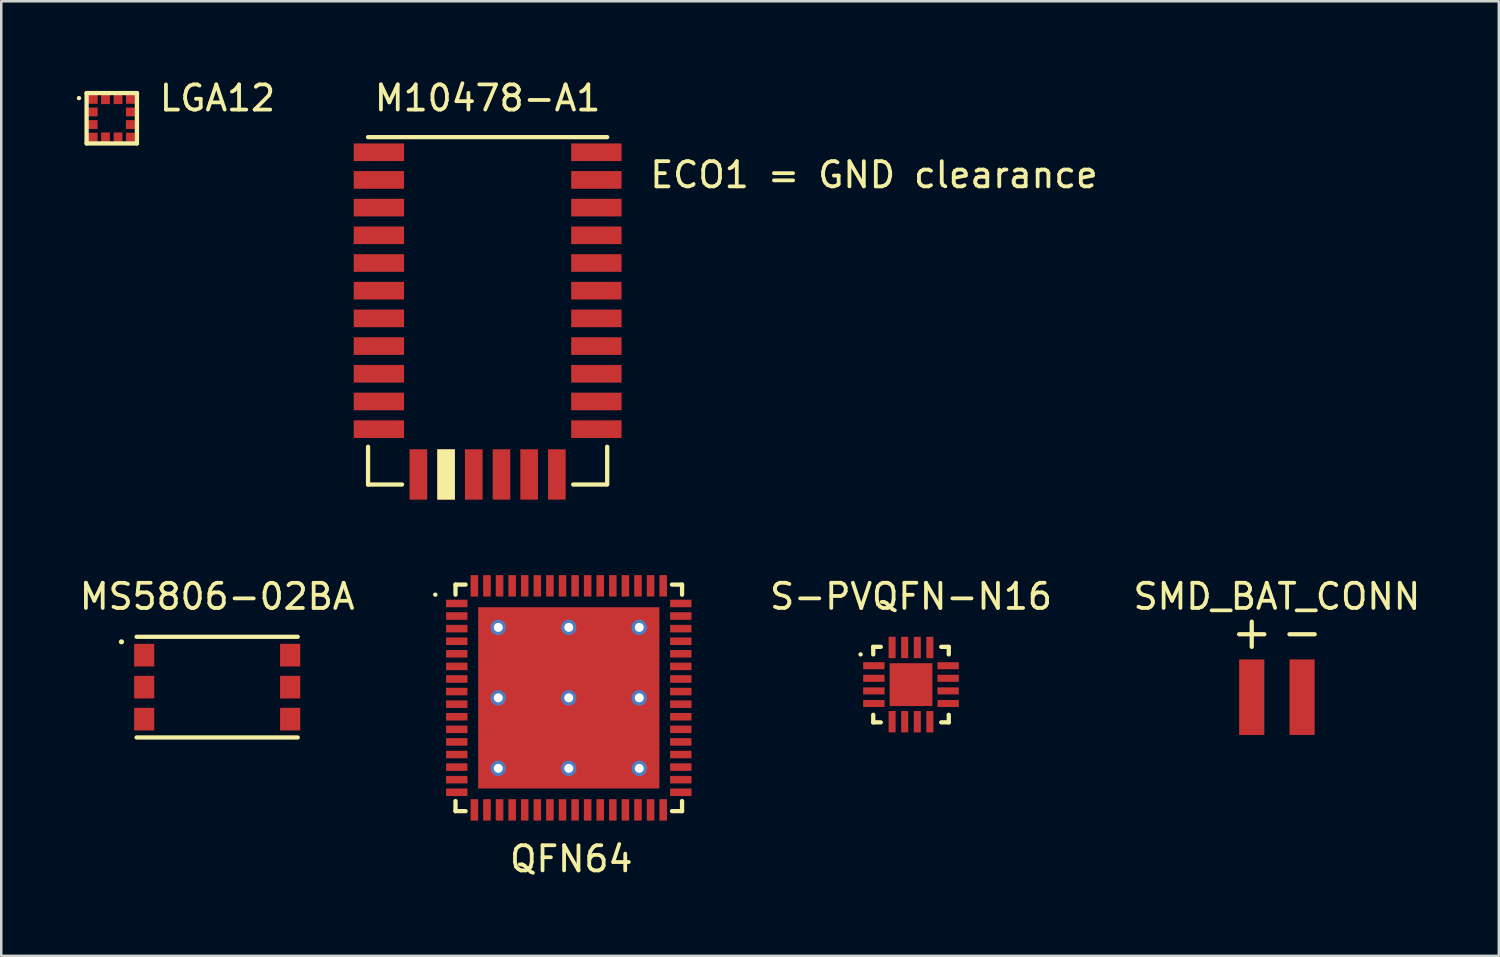
<source format=kicad_pcb>
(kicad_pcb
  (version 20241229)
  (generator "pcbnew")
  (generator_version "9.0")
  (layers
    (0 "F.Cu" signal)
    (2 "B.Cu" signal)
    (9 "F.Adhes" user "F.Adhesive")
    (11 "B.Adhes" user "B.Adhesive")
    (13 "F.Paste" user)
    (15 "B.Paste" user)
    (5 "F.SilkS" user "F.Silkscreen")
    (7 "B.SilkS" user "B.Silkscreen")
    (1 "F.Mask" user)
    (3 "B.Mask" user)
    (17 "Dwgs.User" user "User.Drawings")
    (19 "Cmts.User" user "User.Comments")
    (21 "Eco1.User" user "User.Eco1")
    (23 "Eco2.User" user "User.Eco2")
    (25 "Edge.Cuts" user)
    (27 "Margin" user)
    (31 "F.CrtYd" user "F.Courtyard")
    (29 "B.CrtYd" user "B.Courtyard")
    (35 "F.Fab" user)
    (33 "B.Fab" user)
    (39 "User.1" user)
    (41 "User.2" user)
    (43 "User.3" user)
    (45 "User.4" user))
  (footprint "QFN64"
    (layer "F.Cu")
    (at 19.545 24.673)
    (property "Reference" "QFN64" (at 0.1 6.4 0) (layer "F.SilkS") (effects (font (size 1 1) (thickness 0.15))))
    (attr through_hole)
    (fp_line (start -5.305 -4.1) (end -5.3 -4.1) (stroke (width 0.17) (type solid)) (layer "F.SilkS"))
    (fp_line (start -4.5 -4.5) (end -4.1 -4.5) (stroke (width 0.17) (type solid)) (layer "F.SilkS"))
    (fp_line (start -4.5 -4.1) (end -4.5 -4.5) (stroke (width 0.17) (type solid)) (layer "F.SilkS"))
    (fp_line (start -4.5 4.5) (end -4.5 4.1) (stroke (width 0.17) (type solid)) (layer "F.SilkS"))
    (fp_line (start -4.1 4.5) (end -4.5 4.5) (stroke (width 0.17) (type solid)) (layer "F.SilkS"))
    (fp_line (start 4.1 -4.5) (end 4.5 -4.5) (stroke (width 0.17) (type solid)) (layer "F.SilkS"))
    (fp_line (start 4.5 -4.5) (end 4.5 -4.1) (stroke (width 0.17) (type solid)) (layer "F.SilkS"))
    (fp_line (start 4.5 4.1) (end 4.5 4.5) (stroke (width 0.17) (type solid)) (layer "F.SilkS"))
    (fp_line (start 4.5 4.5) (end 4.1 4.5) (stroke (width 0.17) (type solid)) (layer "F.SilkS"))
    (pad "0" thru_hole circle (at -2.8 -2.8) (size 0.61 0.61) (drill 0.356) (layers "*.Cu"))
    (pad "0" thru_hole circle (at -2.8 0) (size 0.61 0.61) (drill 0.356) (layers "*.Cu"))
    (pad "0" thru_hole circle (at -2.8 2.8) (size 0.61 0.61) (drill 0.356) (layers "*.Cu"))
    (pad "0" thru_hole circle (at 0 -2.8) (size 0.61 0.61) (drill 0.356) (layers "*.Cu"))
    (pad "0" thru_hole circle (at 0 0) (size 0.61 0.61) (drill 0.356) (layers "*.Cu"))
    (pad "0" smd rect (at 0 0) (size 7.2 7.2) (layers "F.Cu" "F.Mask" "F.Paste"))
    (pad "0" thru_hole circle (at 0 2.8) (size 0.61 0.61) (drill 0.356) (layers "*.Cu"))
    (pad "0" thru_hole circle (at 2.8 -2.8) (size 0.61 0.61) (drill 0.356) (layers "*.Cu"))
    (pad "0" thru_hole circle (at 2.8 0) (size 0.61 0.61) (drill 0.356) (layers "*.Cu"))
    (pad "0" thru_hole circle (at 2.8 2.8) (size 0.61 0.61) (drill 0.356) (layers "*.Cu"))
    (pad "1" smd rect (at -4.45 -3.75) (size 0.85 0.3) (layers "F.Cu" "F.Mask" "F.Paste"))
    (pad "2" smd rect (at -4.45 -3.25) (size 0.85 0.3) (layers "F.Cu" "F.Mask" "F.Paste"))
    (pad "3" smd rect (at -4.45 -2.75) (size 0.85 0.3) (layers "F.Cu" "F.Mask" "F.Paste"))
    (pad "4" smd rect (at -4.45 -2.25) (size 0.85 0.3) (layers "F.Cu" "F.Mask" "F.Paste"))
    (pad "5" smd rect (at -4.45 -1.75) (size 0.85 0.3) (layers "F.Cu" "F.Mask" "F.Paste"))
    (pad "6" smd rect (at -4.45 -1.25) (size 0.85 0.3) (layers "F.Cu" "F.Mask" "F.Paste"))
    (pad "7" smd rect (at -4.45 -0.75) (size 0.85 0.3) (layers "F.Cu" "F.Mask" "F.Paste"))
    (pad "8" smd rect (at -4.45 -0.25) (size 0.85 0.3) (layers "F.Cu" "F.Mask" "F.Paste"))
    (pad "9" smd rect (at -4.45 0.25) (size 0.85 0.3) (layers "F.Cu" "F.Mask" "F.Paste"))
    (pad "10" smd rect (at -4.45 0.75) (size 0.85 0.3) (layers "F.Cu" "F.Mask" "F.Paste"))
    (pad "11" smd rect (at -4.45 1.25) (size 0.85 0.3) (layers "F.Cu" "F.Mask" "F.Paste"))
    (pad "12" smd rect (at -4.45 1.75) (size 0.85 0.3) (layers "F.Cu" "F.Mask" "F.Paste"))
    (pad "13" smd rect (at -4.45 2.25) (size 0.85 0.3) (layers "F.Cu" "F.Mask" "F.Paste"))
    (pad "14" smd rect (at -4.45 2.75) (size 0.85 0.3) (layers "F.Cu" "F.Mask" "F.Paste"))
    (pad "15" smd rect (at -4.45 3.25) (size 0.85 0.3) (layers "F.Cu" "F.Mask" "F.Paste"))
    (pad "16" smd rect (at -4.45 3.75) (size 0.85 0.3) (layers "F.Cu" "F.Mask" "F.Paste"))
    (pad "17" smd rect (at -3.75 4.45) (size 0.3 0.85) (layers "F.Cu" "F.Mask" "F.Paste"))
    (pad "18" smd rect (at -3.25 4.45) (size 0.3 0.85) (layers "F.Cu" "F.Mask" "F.Paste"))
    (pad "19" smd rect (at -2.75 4.45) (size 0.3 0.85) (layers "F.Cu" "F.Mask" "F.Paste" "Eco1.User"))
    (pad "20" smd rect (at -2.25 4.45) (size 0.3 0.85) (layers "F.Cu" "F.Mask" "F.Paste"))
    (pad "21" smd rect (at -1.75 4.45) (size 0.3 0.85) (layers "F.Cu" "F.Mask" "F.Paste"))
    (pad "22" smd rect (at -1.25 4.45) (size 0.3 0.85) (layers "F.Cu" "F.Mask" "F.Paste"))
    (pad "23" smd rect (at -0.75 4.45) (size 0.3 0.85) (layers "F.Cu" "F.Mask" "F.Paste"))
    (pad "24" smd rect (at -0.25 4.45) (size 0.3 0.85) (layers "F.Cu" "F.Mask" "F.Paste"))
    (pad "25" smd rect (at 0.25 4.45) (size 0.3 0.85) (layers "F.Cu" "F.Mask" "F.Paste"))
    (pad "26" smd rect (at 0.75 4.45) (size 0.3 0.85) (layers "F.Cu" "F.Mask" "F.Paste"))
    (pad "27" smd rect (at 1.25 4.45) (size 0.3 0.85) (layers "F.Cu" "F.Mask" "F.Paste"))
    (pad "28" smd rect (at 1.75 4.45) (size 0.3 0.85) (layers "F.Cu" "F.Mask" "F.Paste"))
    (pad "29" smd rect (at 2.25 4.45) (size 0.3 0.85) (layers "F.Cu" "F.Mask" "F.Paste"))
    (pad "30" smd rect (at 2.75 4.45) (size 0.3 0.85) (layers "F.Cu" "F.Mask" "F.Paste"))
    (pad "31" smd rect (at 3.25 4.45) (size 0.3 0.85) (layers "F.Cu" "F.Mask" "F.Paste"))
    (pad "32" smd rect (at 3.75 4.45) (size 0.3 0.85) (layers "F.Cu" "F.Mask" "F.Paste"))
    (pad "33" smd rect (at 4.45 3.75) (size 0.85 0.3) (layers "F.Cu" "F.Mask" "F.Paste"))
    (pad "34" smd rect (at 4.45 3.25) (size 0.85 0.3) (layers "F.Cu" "F.Mask" "F.Paste"))
    (pad "35" smd rect (at 4.45 2.75) (size 0.85 0.3) (layers "F.Cu" "F.Mask" "F.Paste"))
    (pad "36" smd rect (at 4.45 2.25) (size 0.85 0.3) (layers "F.Cu" "F.Mask" "F.Paste"))
    (pad "37" smd rect (at 4.45 1.75) (size 0.85 0.3) (layers "F.Cu" "F.Mask" "F.Paste"))
    (pad "38" smd rect (at 4.45 1.25) (size 0.85 0.3) (layers "F.Cu" "F.Mask" "F.Paste"))
    (pad "39" smd rect (at 4.45 0.75) (size 0.85 0.3) (layers "F.Cu" "F.Mask" "F.Paste"))
    (pad "40" smd rect (at 4.45 0.25) (size 0.85 0.3) (layers "F.Cu" "F.Mask" "F.Paste"))
    (pad "41" smd rect (at 4.45 -0.25) (size 0.85 0.3) (layers "F.Cu" "F.Mask" "F.Paste"))
    (pad "42" smd rect (at 4.45 -0.75) (size 0.85 0.3) (layers "F.Cu" "F.Mask" "F.Paste"))
    (pad "43" smd rect (at 4.45 -1.25) (size 0.85 0.3) (layers "F.Cu" "F.Mask" "F.Paste"))
    (pad "44" smd rect (at 4.45 -1.75) (size 0.85 0.3) (layers "F.Cu" "F.Mask" "F.Paste"))
    (pad "45" smd rect (at 4.45 -2.25) (size 0.85 0.3) (layers "F.Cu" "F.Mask" "F.Paste"))
    (pad "46" smd rect (at 4.45 -2.75) (size 0.85 0.3) (layers "F.Cu" "F.Mask" "F.Paste"))
    (pad "47" smd rect (at 4.45 -3.25) (size 0.85 0.3) (layers "F.Cu" "F.Mask" "F.Paste"))
    (pad "48" smd rect (at 4.45 -3.75) (size 0.85 0.3) (layers "F.Cu" "F.Mask" "F.Paste"))
    (pad "49" smd rect (at 3.75 -4.45) (size 0.3 0.85) (layers "F.Cu" "F.Mask" "F.Paste"))
    (pad "50" smd rect (at 3.25 -4.45) (size 0.3 0.85) (layers "F.Cu" "F.Mask" "F.Paste"))
    (pad "51" smd rect (at 2.75 -4.45) (size 0.3 0.85) (layers "F.Cu" "F.Mask" "F.Paste"))
    (pad "52" smd rect (at 2.25 -4.45) (size 0.3 0.85) (layers "F.Cu" "F.Mask" "F.Paste"))
    (pad "53" smd rect (at 1.75 -4.45) (size 0.3 0.85) (layers "F.Cu" "F.Mask" "F.Paste"))
    (pad "54" smd rect (at 1.25 -4.45) (size 0.3 0.85) (layers "F.Cu" "F.Mask" "F.Paste"))
    (pad "55" smd rect (at 0.75 -4.45) (size 0.3 0.85) (layers "F.Cu" "F.Mask" "F.Paste"))
    (pad "56" smd rect (at 0.25 -4.45) (size 0.3 0.85) (layers "F.Cu" "F.Mask" "F.Paste"))
    (pad "57" smd rect (at -0.25 -4.45) (size 0.3 0.85) (layers "F.Cu" "F.Mask" "F.Paste"))
    (pad "58" smd rect (at -0.75 -4.45) (size 0.3 0.85) (layers "F.Cu" "F.Mask" "F.Paste"))
    (pad "59" smd rect (at -1.25 -4.45) (size 0.3 0.85) (layers "F.Cu" "F.Mask" "F.Paste"))
    (pad "60" smd rect (at -1.75 -4.45) (size 0.3 0.85) (layers "F.Cu" "F.Mask" "F.Paste"))
    (pad "61" smd rect (at -2.25 -4.45) (size 0.3 0.85) (layers "F.Cu" "F.Mask" "F.Paste"))
    (pad "62" smd rect (at -2.75 -4.45) (size 0.3 0.85) (layers "F.Cu" "F.Mask" "F.Paste"))
    (pad "63" smd rect (at -3.25 -4.45) (size 0.3 0.85) (layers "F.Cu" "F.Mask" "F.Paste"))
    (pad "64" smd rect (at -3.75 -4.45) (size 0.3 0.85) (layers "F.Cu" "F.Mask" "F.Paste")))
  (footprint "MS5806-02BA"
    (layer "F.Cu")
    (at 5.577 24.247)
    (property "Reference" "MS5806-02BA" (at 0 -3.6 0) (layer "F.SilkS") (effects (font (size 1 1) (thickness 0.15))))
    (attr through_hole)
    (fp_line (start -3.805 -1.8) (end -3.8 -1.8) (stroke (width 0.2) (type solid)) (layer "F.SilkS"))
    (fp_line (start -3.2 -2) (end 3.2 -2) (stroke (width 0.17) (type solid)) (layer "F.SilkS"))
    (fp_line (start -3.2 2) (end 3.2 2) (stroke (width 0.17) (type solid)) (layer "F.SilkS"))
    (fp_line (start -1.6 -1.6) (end -1.6 1.6) (stroke (width 0.15) (type solid)) (layer "Eco1.User"))
    (fp_line (start -1.6 -1.6) (end 1.6 -1.6) (stroke (width 0.15) (type solid)) (layer "Eco1.User"))
    (fp_line (start -1.6 1.6) (end 1.6 1.6) (stroke (width 0.15) (type solid)) (layer "Eco1.User"))
    (fp_line (start 1.6 1.6) (end 1.6 -1.6) (stroke (width 0.15) (type solid)) (layer "Eco1.User"))
    (pad "1" smd rect (at -2.9 -1.27) (size 0.8 0.9) (layers "F.Cu" "F.Mask" "F.Paste"))
    (pad "2" smd rect (at -2.9 0) (size 0.8 0.9) (layers "F.Cu" "F.Mask" "F.Paste"))
    (pad "3" smd rect (at -2.9 1.27) (size 0.8 0.9) (layers "F.Cu" "F.Mask" "F.Paste"))
    (pad "4" smd rect (at 2.9 1.27) (size 0.8 0.9) (layers "F.Cu" "F.Mask" "F.Paste"))
    (pad "5" smd rect (at 2.9 0) (size 0.8 0.9) (layers "F.Cu" "F.Mask" "F.Paste"))
    (pad "6" smd rect (at 2.9 -1.27) (size 0.8 0.9) (layers "F.Cu" "F.Mask" "F.Paste")))
  (footprint "M10478-A1"
    (layer "F.Cu")
    (at 16.321 2.998)
    (property "Reference" "M10478-A1" (at 0 -2.15 0) (layer "F.SilkS") (effects (font (size 1 1) (thickness 0.15))))
    (attr through_hole)
    (fp_line (start -4.75 -0.6) (end 4.75 -0.6) (stroke (width 0.17) (type solid)) (layer "F.SilkS"))
    (fp_line (start -4.75 11.7) (end -4.75 13.2) (stroke (width 0.17) (type solid)) (layer "F.SilkS"))
    (fp_line (start -4.75 13.2) (end -3.4 13.2) (stroke (width 0.17) (type solid)) (layer "F.SilkS"))
    (fp_line (start 4.7 13.2) (end 3.4 13.2) (stroke (width 0.17) (type solid)) (layer "F.SilkS"))
    (fp_line (start 4.75 11.7) (end 4.75 13.2) (stroke (width 0.17) (type solid)) (layer "F.SilkS"))
    (fp_line (start -3 -0.6) (end -3 4.25) (stroke (width 0.17) (type solid)) (layer "Eco1.User"))
    (fp_line (start -3 4.25) (end 3 4.25) (stroke (width 0.17) (type solid)) (layer "Eco1.User"))
    (fp_line (start 3 -0.6) (end -3 -0.6) (stroke (width 0.17) (type solid)) (layer "Eco1.User"))
    (fp_line (start 3 4.25) (end 3 -0.6) (stroke (width 0.17) (type solid)) (layer "Eco1.User"))
    (fp_text user "ECO1 = GND clearance" (at 15.35 0.9 0) (layer "F.SilkS") (effects (font (size 1 1) (thickness 0.15))))
    (pad "1" smd rect (at -4.32 0) (size 2 0.7) (layers "F.Cu" "F.Mask" "F.Paste"))
    (pad "2" smd rect (at -4.32 1.1) (size 2 0.7) (layers "F.Cu" "F.Mask" "F.Paste"))
    (pad "3" smd rect (at -4.32 2.2) (size 2 0.7) (layers "F.Cu" "F.Mask" "F.Paste"))
    (pad "4" smd rect (at -4.32 3.3) (size 2 0.7) (layers "F.Cu" "F.Mask" "F.Paste"))
    (pad "5" smd rect (at -4.32 4.4) (size 2 0.7) (layers "F.Cu" "F.Mask" "F.Paste"))
    (pad "6" smd rect (at -4.32 5.5) (size 2 0.7) (layers "F.Cu" "F.Mask" "F.Paste"))
    (pad "7" smd rect (at -4.32 6.6) (size 2 0.7) (layers "F.Cu" "F.Mask" "F.Paste"))
    (pad "8" smd rect (at -4.32 7.7) (size 2 0.7) (layers "F.Cu" "F.Mask" "F.Paste"))
    (pad "9" smd rect (at -4.32 8.8) (size 2 0.7) (layers "F.Cu" "F.Mask" "F.Paste"))
    (pad "10" smd rect (at -4.32 9.9) (size 2 0.7) (layers "F.Cu" "F.Mask" "F.Paste"))
    (pad "11" smd rect (at -4.32 11) (size 2 0.7) (layers "F.Cu" "F.Mask" "F.Paste"))
    (pad "12" smd rect (at -2.75 12.8) (size 0.7 2) (layers "F.Cu" "F.Mask" "F.Paste"))
    (pad "13" smd rect (at -1.65 12.8) (size 0.7 2) (layers "F.Cu" "F.Mask" "F.SilkS" "F.Paste"))
    (pad "14" smd rect (at -0.55 12.8) (size 0.7 2) (layers "F.Cu" "F.Mask" "F.Paste"))
    (pad "15" smd rect (at 0.55 12.8) (size 0.7 2) (layers "F.Cu" "F.Mask" "F.Paste"))
    (pad "16" smd rect (at 1.65 12.8) (size 0.7 2) (layers "F.Cu" "F.Mask" "F.Paste"))
    (pad "17" smd rect (at 2.75 12.8) (size 0.7 2) (layers "F.Cu" "F.Mask" "F.Paste"))
    (pad "18" smd rect (at 4.32 11) (size 2 0.7) (layers "F.Cu" "F.Mask" "F.Paste"))
    (pad "19" smd rect (at 4.32 9.9) (size 2 0.7) (layers "F.Cu" "F.Mask" "F.Paste"))
    (pad "20" smd rect (at 4.32 8.8) (size 2 0.7) (layers "F.Cu" "F.Mask" "F.Paste"))
    (pad "21" smd rect (at 4.32 7.7) (size 2 0.7) (layers "F.Cu" "F.Mask" "F.Paste"))
    (pad "22" smd rect (at 4.32 6.6) (size 2 0.7) (layers "F.Cu" "F.Mask" "F.Paste"))
    (pad "23" smd rect (at 4.32 5.5) (size 2 0.7) (layers "F.Cu" "F.Mask" "F.Paste"))
    (pad "24" smd rect (at 4.32 4.4) (size 2 0.7) (layers "F.Cu" "F.Mask" "F.Paste"))
    (pad "25" smd rect (at 4.32 3.3) (size 2 0.7) (layers "F.Cu" "F.Mask" "F.Paste"))
    (pad "26" smd rect (at 4.32 2.2) (size 2 0.7) (layers "F.Cu" "F.Mask" "F.Paste"))
    (pad "27" smd rect (at 4.32 1.1) (size 2 0.7) (layers "F.Cu" "F.Mask" "F.Paste"))
    (pad "28" smd rect (at 4.32 0) (size 2 0.7) (layers "F.Cu" "F.Mask" "F.Paste")))
  (footprint "S-PVQFN-N16"
    (layer "F.Cu")
    (at 33.14 24.146)
    (property "Reference" "S-PVQFN-N16" (at 0 -3.5 0) (layer "F.SilkS") (effects (font (size 1 1) (thickness 0.15))))
    (attr through_hole)
    (fp_line (start -2.005 -1.2) (end -2 -1.2) (stroke (width 0.17) (type solid)) (layer "F.SilkS"))
    (fp_line (start -1.5 -1.5) (end -1.5 -1.2) (stroke (width 0.17) (type solid)) (layer "F.SilkS"))
    (fp_line (start -1.5 1.5) (end -1.5 1.2) (stroke (width 0.17) (type solid)) (layer "F.SilkS"))
    (fp_line (start -1.2 -1.5) (end -1.5 -1.5) (stroke (width 0.17) (type solid)) (layer "F.SilkS"))
    (fp_line (start -1.2 1.5) (end -1.5 1.5) (stroke (width 0.17) (type solid)) (layer "F.SilkS"))
    (fp_line (start 1.2 -1.5) (end 1.5 -1.5) (stroke (width 0.17) (type solid)) (layer "F.SilkS"))
    (fp_line (start 1.5 -1.5) (end 1.5 -1.2) (stroke (width 0.17) (type solid)) (layer "F.SilkS"))
    (fp_line (start 1.5 1.2) (end 1.5 1.5) (stroke (width 0.17) (type solid)) (layer "F.SilkS"))
    (fp_line (start 1.5 1.5) (end 1.2 1.5) (stroke (width 0.17) (type solid)) (layer "F.SilkS"))
    (pad "1" smd rect (at -1.475 -0.75) (size 0.85 0.28) (layers "F.Cu" "F.Mask" "F.Paste"))
    (pad "2" smd rect (at -1.475 -0.25) (size 0.85 0.28) (layers "F.Cu" "F.Mask" "F.Paste"))
    (pad "3" smd rect (at -1.475 0.25) (size 0.85 0.28) (layers "F.Cu" "F.Mask" "F.Paste"))
    (pad "4" smd rect (at -1.475 0.75) (size 0.85 0.28) (layers "F.Cu" "F.Mask" "F.Paste"))
    (pad "5" smd rect (at -0.75 1.475) (size 0.28 0.85) (layers "F.Cu" "F.Mask" "F.Paste"))
    (pad "6" smd rect (at -0.25 1.475) (size 0.28 0.85) (layers "F.Cu" "F.Mask" "F.Paste"))
    (pad "7" smd rect (at 0.25 1.475) (size 0.28 0.85) (layers "F.Cu" "F.Mask" "F.Paste"))
    (pad "8" smd rect (at 0.75 1.475) (size 0.28 0.85) (layers "F.Cu" "F.Mask" "F.Paste"))
    (pad "9" smd rect (at 1.475 0.75) (size 0.85 0.28) (layers "F.Cu" "F.Mask" "F.Paste"))
    (pad "10" smd rect (at 1.475 0.25) (size 0.85 0.28) (layers "F.Cu" "F.Mask" "F.Paste"))
    (pad "11" smd rect (at 1.475 -0.25) (size 0.85 0.28) (layers "F.Cu" "F.Mask" "F.Paste"))
    (pad "12" smd rect (at 1.475 -0.75) (size 0.85 0.28) (layers "F.Cu" "F.Mask" "F.Paste"))
    (pad "13" smd rect (at 0.75 -1.475) (size 0.28 0.85) (layers "F.Cu" "F.Mask" "F.Paste"))
    (pad "14" smd rect (at 0.25 -1.475) (size 0.28 0.85) (layers "F.Cu" "F.Mask" "F.Paste"))
    (pad "15" smd rect (at -0.25 -1.475) (size 0.28 0.85) (layers "F.Cu" "F.Mask" "F.Paste"))
    (pad "16" smd rect (at -0.75 -1.475) (size 0.28 0.85) (layers "F.Cu" "F.Mask" "F.Paste"))
    (pad "17" smd rect (at 0 0) (size 1.7 1.7) (layers "F.Cu" "F.Mask" "F.Paste")))
  (footprint "LGA12"
    (layer "F.Cu")
    (at 1.39 1.648)
    (property "Reference" "LGA12" (at 4.2 -0.8 0) (layer "F.SilkS") (effects (font (size 1 1) (thickness 0.15))))
    (attr through_hole)
    (fp_line (start -1.305 -0.8) (end -1.3 -0.8) (stroke (width 0.17) (type solid)) (layer "F.SilkS"))
    (fp_line (start -1 -1) (end -1 1) (stroke (width 0.17) (type solid)) (layer "F.SilkS"))
    (fp_line (start -1 -1) (end 1 -1) (stroke (width 0.17) (type solid)) (layer "F.SilkS"))
    (fp_line (start -1 1) (end 1 1) (stroke (width 0.17) (type solid)) (layer "F.SilkS"))
    (fp_line (start 1 1) (end 1 -1) (stroke (width 0.17) (type solid)) (layer "F.SilkS"))
    (pad "1" smd rect (at -0.75 -0.75) (size 0.375 0.35) (layers "F.Cu" "F.Mask" "F.Paste"))
    (pad "2" smd rect (at -0.75 -0.25) (size 0.375 0.35) (layers "F.Cu" "F.Mask" "F.Paste"))
    (pad "3" smd rect (at -0.75 0.25) (size 0.375 0.35) (layers "F.Cu" "F.Mask" "F.Paste"))
    (pad "4" smd rect (at -0.75 0.75) (size 0.375 0.35) (layers "F.Cu" "F.Mask" "F.Paste"))
    (pad "5" smd rect (at -0.25 0.75) (size 0.35 0.375) (layers "F.Cu" "F.Mask" "F.Paste"))
    (pad "6" smd rect (at 0.25 0.75) (size 0.35 0.375) (layers "F.Cu" "F.Mask" "F.Paste"))
    (pad "7" smd rect (at 0.75 0.75) (size 0.375 0.35) (layers "F.Cu" "F.Mask" "F.Paste"))
    (pad "8" smd rect (at 0.75 0.25) (size 0.375 0.35) (layers "F.Cu" "F.Mask" "F.Paste"))
    (pad "9" smd rect (at 0.75 -0.25) (size 0.375 0.35) (layers "F.Cu" "F.Mask" "F.Paste"))
    (pad "10" smd rect (at 0.75 -0.75) (size 0.375 0.35) (layers "F.Cu" "F.Mask" "F.Paste"))
    (pad "11" smd rect (at 0.25 -0.75) (size 0.35 0.375) (layers "F.Cu" "F.Mask" "F.Paste"))
    (pad "12" smd rect (at -0.25 -0.75) (size 0.35 0.375) (layers "F.Cu" "F.Mask" "F.Paste")))
  (footprint "SMD_BAT_CONN"
    (layer "F.Cu")
    (at 47.676 24.646)
    (property "Reference" "SMD_BAT_CONN" (at 0 -4 0) (layer "F.SilkS") (effects (font (size 1 1) (thickness 0.15))))
    (attr through_hole)
    (fp_line (start -1.5 -2.5) (end -0.5 -2.5) (stroke (width 0.17) (type solid)) (layer "F.SilkS"))
    (fp_line (start -1 -2) (end -1 -3) (stroke (width 0.17) (type solid)) (layer "F.SilkS"))
    (fp_line (start 0.5 -2.5) (end 1.5 -2.5) (stroke (width 0.17) (type solid)) (layer "F.SilkS"))
    (pad "1" smd rect (at -1 0) (size 1 3) (layers "F.Cu" "F.Mask" "F.Paste"))
    (pad "2" smd rect (at 1 0) (size 1 3) (layers "F.Cu" "F.Mask" "F.Paste")))
  (gr_rect
    (start -3 -3)
    (end 56.491 34.922)
    (stroke (width 0.1) (type default))
    (fill no)
    (layer "Edge.Cuts")))
</source>
